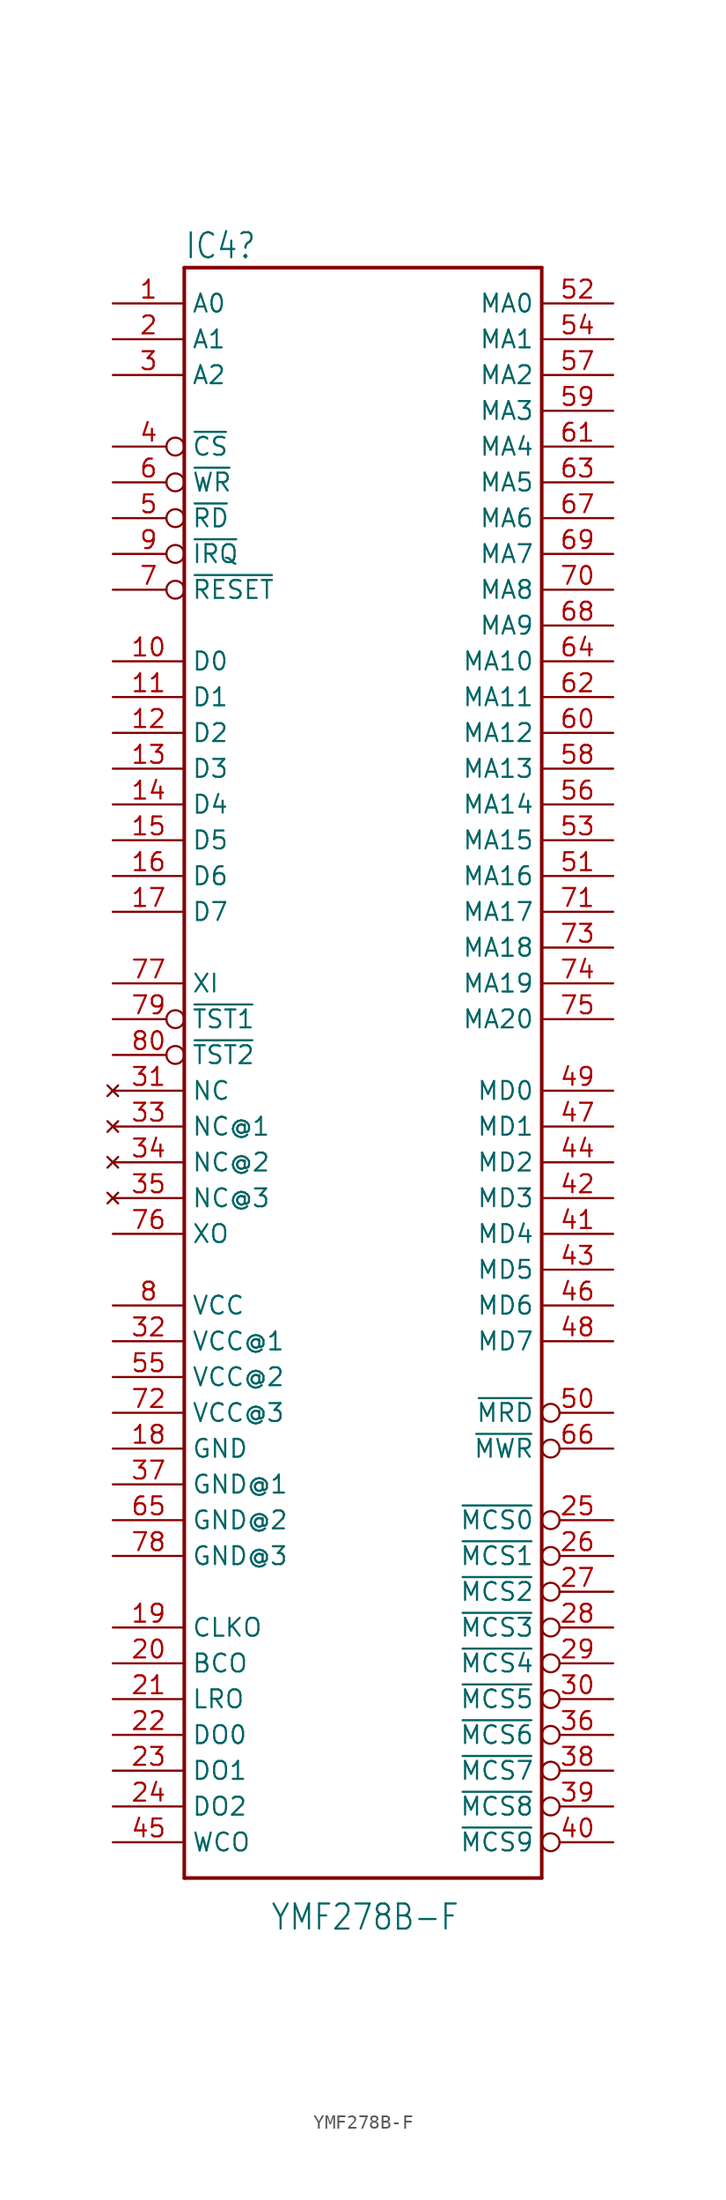
<source format=kicad_sym>
(kicad_symbol_lib
  (version 20220914)
  (generator kicad_symbol_editor)
  (symbol "YMF278B-F"
    (property "Reference" "IC4"
      (at -12.7 53.848 0)
      (effects (font (size 1.778 1.511)) (justify left bottom)))
    (property "Value" "YMF278B-F"
      (at -6.604 -64.77 0)
      (effects (font (size 1.778 1.511)) (justify left bottom)))
    (property "ki_locked" ""
      (at 0 0 0)
      (effects (font (size 1.27 1.27))))
    (symbol "YMF278B-F_1_0"
      (polyline (pts (xy -12.7 -60.96) (xy -12.7 53.34)) (stroke (width 0.254) (type default)) (fill (type none)))
      (polyline (pts (xy -12.7 53.34) (xy 12.7 53.34)) (stroke (width 0.254) (type default)) (fill (type none)))
      (polyline (pts (xy 12.7 -60.96) (xy -12.7 -60.96)) (stroke (width 0.254) (type default)) (fill (type none)))
      (polyline (pts (xy 12.7 53.34) (xy 12.7 -60.96)) (stroke (width 0.254) (type default)) (fill (type none)))
      (pin input line (at -17.78 50.8 0) (length 5.08) (name "A0" (effects (font (size 1.27 1.27)))) (number "1" (effects (font (size 1.27 1.27)))))
      (pin bidirectional line (at -17.78 25.4 0) (length 5.08) (name "D0" (effects (font (size 1.27 1.27)))) (number "10" (effects (font (size 1.27 1.27)))))
      (pin bidirectional line (at -17.78 22.86 0) (length 5.08) (name "D1" (effects (font (size 1.27 1.27)))) (number "11" (effects (font (size 1.27 1.27)))))
      (pin bidirectional line (at -17.78 20.32 0) (length 5.08) (name "D2" (effects (font (size 1.27 1.27)))) (number "12" (effects (font (size 1.27 1.27)))))
      (pin bidirectional line (at -17.78 17.78 0) (length 5.08) (name "D3" (effects (font (size 1.27 1.27)))) (number "13" (effects (font (size 1.27 1.27)))))
      (pin bidirectional line (at -17.78 15.24 0) (length 5.08) (name "D4" (effects (font (size 1.27 1.27)))) (number "14" (effects (font (size 1.27 1.27)))))
      (pin bidirectional line (at -17.78 12.7 0) (length 5.08) (name "D5" (effects (font (size 1.27 1.27)))) (number "15" (effects (font (size 1.27 1.27)))))
      (pin bidirectional line (at -17.78 10.16 0) (length 5.08) (name "D6" (effects (font (size 1.27 1.27)))) (number "16" (effects (font (size 1.27 1.27)))))
      (pin bidirectional line (at -17.78 7.62 0) (length 5.08) (name "D7" (effects (font (size 1.27 1.27)))) (number "17" (effects (font (size 1.27 1.27)))))
      (pin power_in line (at -17.78 -30.48 0) (length 5.08) (name "GND" (effects (font (size 1.27 1.27)))) (number "18" (effects (font (size 1.27 1.27)))))
      (pin output line (at -17.78 -43.18 0) (length 5.08) (name "CLKO" (effects (font (size 1.27 1.27)))) (number "19" (effects (font (size 1.27 1.27)))))
      (pin input line (at -17.78 48.26 0) (length 5.08) (name "A1" (effects (font (size 1.27 1.27)))) (number "2" (effects (font (size 1.27 1.27)))))
      (pin output line (at -17.78 -45.72 0) (length 5.08) (name "BCO" (effects (font (size 1.27 1.27)))) (number "20" (effects (font (size 1.27 1.27)))))
      (pin output line (at -17.78 -48.26 0) (length 5.08) (name "LRO" (effects (font (size 1.27 1.27)))) (number "21" (effects (font (size 1.27 1.27)))))
      (pin output line (at -17.78 -50.8 0) (length 5.08) (name "DO0" (effects (font (size 1.27 1.27)))) (number "22" (effects (font (size 1.27 1.27)))))
      (pin output line (at -17.78 -53.34 0) (length 5.08) (name "DO1" (effects (font (size 1.27 1.27)))) (number "23" (effects (font (size 1.27 1.27)))))
      (pin output line (at -17.78 -55.88 0) (length 5.08) (name "DO2" (effects (font (size 1.27 1.27)))) (number "24" (effects (font (size 1.27 1.27)))))
      (pin output inverted (at 17.78 -35.56 180) (length 5.08) (name "~{MCS0}" (effects (font (size 1.27 1.27)))) (number "25" (effects (font (size 1.27 1.27)))))
      (pin output inverted (at 17.78 -38.1 180) (length 5.08) (name "~{MCS1}" (effects (font (size 1.27 1.27)))) (number "26" (effects (font (size 1.27 1.27)))))
      (pin output inverted (at 17.78 -40.64 180) (length 5.08) (name "~{MCS2}" (effects (font (size 1.27 1.27)))) (number "27" (effects (font (size 1.27 1.27)))))
      (pin output inverted (at 17.78 -43.18 180) (length 5.08) (name "~{MCS3}" (effects (font (size 1.27 1.27)))) (number "28" (effects (font (size 1.27 1.27)))))
      (pin output inverted (at 17.78 -45.72 180) (length 5.08) (name "~{MCS4}" (effects (font (size 1.27 1.27)))) (number "29" (effects (font (size 1.27 1.27)))))
      (pin input line (at -17.78 45.72 0) (length 5.08) (name "A2" (effects (font (size 1.27 1.27)))) (number "3" (effects (font (size 1.27 1.27)))))
      (pin output inverted (at 17.78 -48.26 180) (length 5.08) (name "~{MCS5}" (effects (font (size 1.27 1.27)))) (number "30" (effects (font (size 1.27 1.27)))))
      (pin no_connect line (at -17.78 -5.08 0) (length 5.08) (name "NC" (effects (font (size 1.27 1.27)))) (number "31" (effects (font (size 1.27 1.27)))))
      (pin power_in line (at -17.78 -22.86 0) (length 5.08) (name "VCC@1" (effects (font (size 1.27 1.27)))) (number "32" (effects (font (size 1.27 1.27)))))
      (pin no_connect line (at -17.78 -7.62 0) (length 5.08) (name "NC@1" (effects (font (size 1.27 1.27)))) (number "33" (effects (font (size 1.27 1.27)))))
      (pin no_connect line (at -17.78 -10.16 0) (length 5.08) (name "NC@2" (effects (font (size 1.27 1.27)))) (number "34" (effects (font (size 1.27 1.27)))))
      (pin no_connect line (at -17.78 -12.7 0) (length 5.08) (name "NC@3" (effects (font (size 1.27 1.27)))) (number "35" (effects (font (size 1.27 1.27)))))
      (pin output inverted (at 17.78 -50.8 180) (length 5.08) (name "~{MCS6}" (effects (font (size 1.27 1.27)))) (number "36" (effects (font (size 1.27 1.27)))))
      (pin power_in line (at -17.78 -33.02 0) (length 5.08) (name "GND@1" (effects (font (size 1.27 1.27)))) (number "37" (effects (font (size 1.27 1.27)))))
      (pin output inverted (at 17.78 -53.34 180) (length 5.08) (name "~{MCS7}" (effects (font (size 1.27 1.27)))) (number "38" (effects (font (size 1.27 1.27)))))
      (pin output inverted (at 17.78 -55.88 180) (length 5.08) (name "~{MCS8}" (effects (font (size 1.27 1.27)))) (number "39" (effects (font (size 1.27 1.27)))))
      (pin input inverted (at -17.78 40.64 0) (length 5.08) (name "~{CS}" (effects (font (size 1.27 1.27)))) (number "4" (effects (font (size 1.27 1.27)))))
      (pin output inverted (at 17.78 -58.42 180) (length 5.08) (name "~{MCS9}" (effects (font (size 1.27 1.27)))) (number "40" (effects (font (size 1.27 1.27)))))
      (pin bidirectional line (at 17.78 -15.24 180) (length 5.08) (name "MD4" (effects (font (size 1.27 1.27)))) (number "41" (effects (font (size 1.27 1.27)))))
      (pin bidirectional line (at 17.78 -12.7 180) (length 5.08) (name "MD3" (effects (font (size 1.27 1.27)))) (number "42" (effects (font (size 1.27 1.27)))))
      (pin bidirectional line (at 17.78 -17.78 180) (length 5.08) (name "MD5" (effects (font (size 1.27 1.27)))) (number "43" (effects (font (size 1.27 1.27)))))
      (pin bidirectional line (at 17.78 -10.16 180) (length 5.08) (name "MD2" (effects (font (size 1.27 1.27)))) (number "44" (effects (font (size 1.27 1.27)))))
      (pin output line (at -17.78 -58.42 0) (length 5.08) (name "WCO" (effects (font (size 1.27 1.27)))) (number "45" (effects (font (size 1.27 1.27)))))
      (pin bidirectional line (at 17.78 -20.32 180) (length 5.08) (name "MD6" (effects (font (size 1.27 1.27)))) (number "46" (effects (font (size 1.27 1.27)))))
      (pin bidirectional line (at 17.78 -7.62 180) (length 5.08) (name "MD1" (effects (font (size 1.27 1.27)))) (number "47" (effects (font (size 1.27 1.27)))))
      (pin bidirectional line (at 17.78 -22.86 180) (length 5.08) (name "MD7" (effects (font (size 1.27 1.27)))) (number "48" (effects (font (size 1.27 1.27)))))
      (pin bidirectional line (at 17.78 -5.08 180) (length 5.08) (name "MD0" (effects (font (size 1.27 1.27)))) (number "49" (effects (font (size 1.27 1.27)))))
      (pin input inverted (at -17.78 35.56 0) (length 5.08) (name "~{RD}" (effects (font (size 1.27 1.27)))) (number "5" (effects (font (size 1.27 1.27)))))
      (pin output inverted (at 17.78 -27.94 180) (length 5.08) (name "~{MRD}" (effects (font (size 1.27 1.27)))) (number "50" (effects (font (size 1.27 1.27)))))
      (pin output line (at 17.78 10.16 180) (length 5.08) (name "MA16" (effects (font (size 1.27 1.27)))) (number "51" (effects (font (size 1.27 1.27)))))
      (pin output line (at 17.78 50.8 180) (length 5.08) (name "MA0" (effects (font (size 1.27 1.27)))) (number "52" (effects (font (size 1.27 1.27)))))
      (pin output line (at 17.78 12.7 180) (length 5.08) (name "MA15" (effects (font (size 1.27 1.27)))) (number "53" (effects (font (size 1.27 1.27)))))
      (pin output line (at 17.78 48.26 180) (length 5.08) (name "MA1" (effects (font (size 1.27 1.27)))) (number "54" (effects (font (size 1.27 1.27)))))
      (pin power_in line (at -17.78 -25.4 0) (length 5.08) (name "VCC@2" (effects (font (size 1.27 1.27)))) (number "55" (effects (font (size 1.27 1.27)))))
      (pin output line (at 17.78 15.24 180) (length 5.08) (name "MA14" (effects (font (size 1.27 1.27)))) (number "56" (effects (font (size 1.27 1.27)))))
      (pin output line (at 17.78 45.72 180) (length 5.08) (name "MA2" (effects (font (size 1.27 1.27)))) (number "57" (effects (font (size 1.27 1.27)))))
      (pin output line (at 17.78 17.78 180) (length 5.08) (name "MA13" (effects (font (size 1.27 1.27)))) (number "58" (effects (font (size 1.27 1.27)))))
      (pin output line (at 17.78 43.18 180) (length 5.08) (name "MA3" (effects (font (size 1.27 1.27)))) (number "59" (effects (font (size 1.27 1.27)))))
      (pin input inverted (at -17.78 38.1 0) (length 5.08) (name "~{WR}" (effects (font (size 1.27 1.27)))) (number "6" (effects (font (size 1.27 1.27)))))
      (pin output line (at 17.78 20.32 180) (length 5.08) (name "MA12" (effects (font (size 1.27 1.27)))) (number "60" (effects (font (size 1.27 1.27)))))
      (pin output line (at 17.78 40.64 180) (length 5.08) (name "MA4" (effects (font (size 1.27 1.27)))) (number "61" (effects (font (size 1.27 1.27)))))
      (pin output line (at 17.78 22.86 180) (length 5.08) (name "MA11" (effects (font (size 1.27 1.27)))) (number "62" (effects (font (size 1.27 1.27)))))
      (pin output line (at 17.78 38.1 180) (length 5.08) (name "MA5" (effects (font (size 1.27 1.27)))) (number "63" (effects (font (size 1.27 1.27)))))
      (pin output line (at 17.78 25.4 180) (length 5.08) (name "MA10" (effects (font (size 1.27 1.27)))) (number "64" (effects (font (size 1.27 1.27)))))
      (pin power_in line (at -17.78 -35.56 0) (length 5.08) (name "GND@2" (effects (font (size 1.27 1.27)))) (number "65" (effects (font (size 1.27 1.27)))))
      (pin output inverted (at 17.78 -30.48 180) (length 5.08) (name "~{MWR}" (effects (font (size 1.27 1.27)))) (number "66" (effects (font (size 1.27 1.27)))))
      (pin output line (at 17.78 35.56 180) (length 5.08) (name "MA6" (effects (font (size 1.27 1.27)))) (number "67" (effects (font (size 1.27 1.27)))))
      (pin output line (at 17.78 27.94 180) (length 5.08) (name "MA9" (effects (font (size 1.27 1.27)))) (number "68" (effects (font (size 1.27 1.27)))))
      (pin output line (at 17.78 33.02 180) (length 5.08) (name "MA7" (effects (font (size 1.27 1.27)))) (number "69" (effects (font (size 1.27 1.27)))))
      (pin input inverted (at -17.78 30.48 0) (length 5.08) (name "~{RESET}" (effects (font (size 1.27 1.27)))) (number "7" (effects (font (size 1.27 1.27)))))
      (pin output line (at 17.78 30.48 180) (length 5.08) (name "MA8" (effects (font (size 1.27 1.27)))) (number "70" (effects (font (size 1.27 1.27)))))
      (pin output line (at 17.78 7.62 180) (length 5.08) (name "MA17" (effects (font (size 1.27 1.27)))) (number "71" (effects (font (size 1.27 1.27)))))
      (pin power_in line (at -17.78 -27.94 0) (length 5.08) (name "VCC@3" (effects (font (size 1.27 1.27)))) (number "72" (effects (font (size 1.27 1.27)))))
      (pin output line (at 17.78 5.08 180) (length 5.08) (name "MA18" (effects (font (size 1.27 1.27)))) (number "73" (effects (font (size 1.27 1.27)))))
      (pin output line (at 17.78 2.54 180) (length 5.08) (name "MA19" (effects (font (size 1.27 1.27)))) (number "74" (effects (font (size 1.27 1.27)))))
      (pin output line (at 17.78 0 180) (length 5.08) (name "MA20" (effects (font (size 1.27 1.27)))) (number "75" (effects (font (size 1.27 1.27)))))
      (pin output line (at -17.78 -15.24 0) (length 5.08) (name "XO" (effects (font (size 1.27 1.27)))) (number "76" (effects (font (size 1.27 1.27)))))
      (pin input line (at -17.78 2.54 0) (length 5.08) (name "XI" (effects (font (size 1.27 1.27)))) (number "77" (effects (font (size 1.27 1.27)))))
      (pin power_in line (at -17.78 -38.1 0) (length 5.08) (name "GND@3" (effects (font (size 1.27 1.27)))) (number "78" (effects (font (size 1.27 1.27)))))
      (pin passive inverted (at -17.78 0 0) (length 5.08) (name "~{TST1}" (effects (font (size 1.27 1.27)))) (number "79" (effects (font (size 1.27 1.27)))))
      (pin power_in line (at -17.78 -20.32 0) (length 5.08) (name "VCC" (effects (font (size 1.27 1.27)))) (number "8" (effects (font (size 1.27 1.27)))))
      (pin passive inverted (at -17.78 -2.54 0) (length 5.08) (name "~{TST2}" (effects (font (size 1.27 1.27)))) (number "80" (effects (font (size 1.27 1.27)))))
      (pin bidirectional inverted (at -17.78 33.02 0) (length 5.08) (name "~{IRQ}" (effects (font (size 1.27 1.27)))) (number "9" (effects (font (size 1.27 1.27))))))))
</source>
